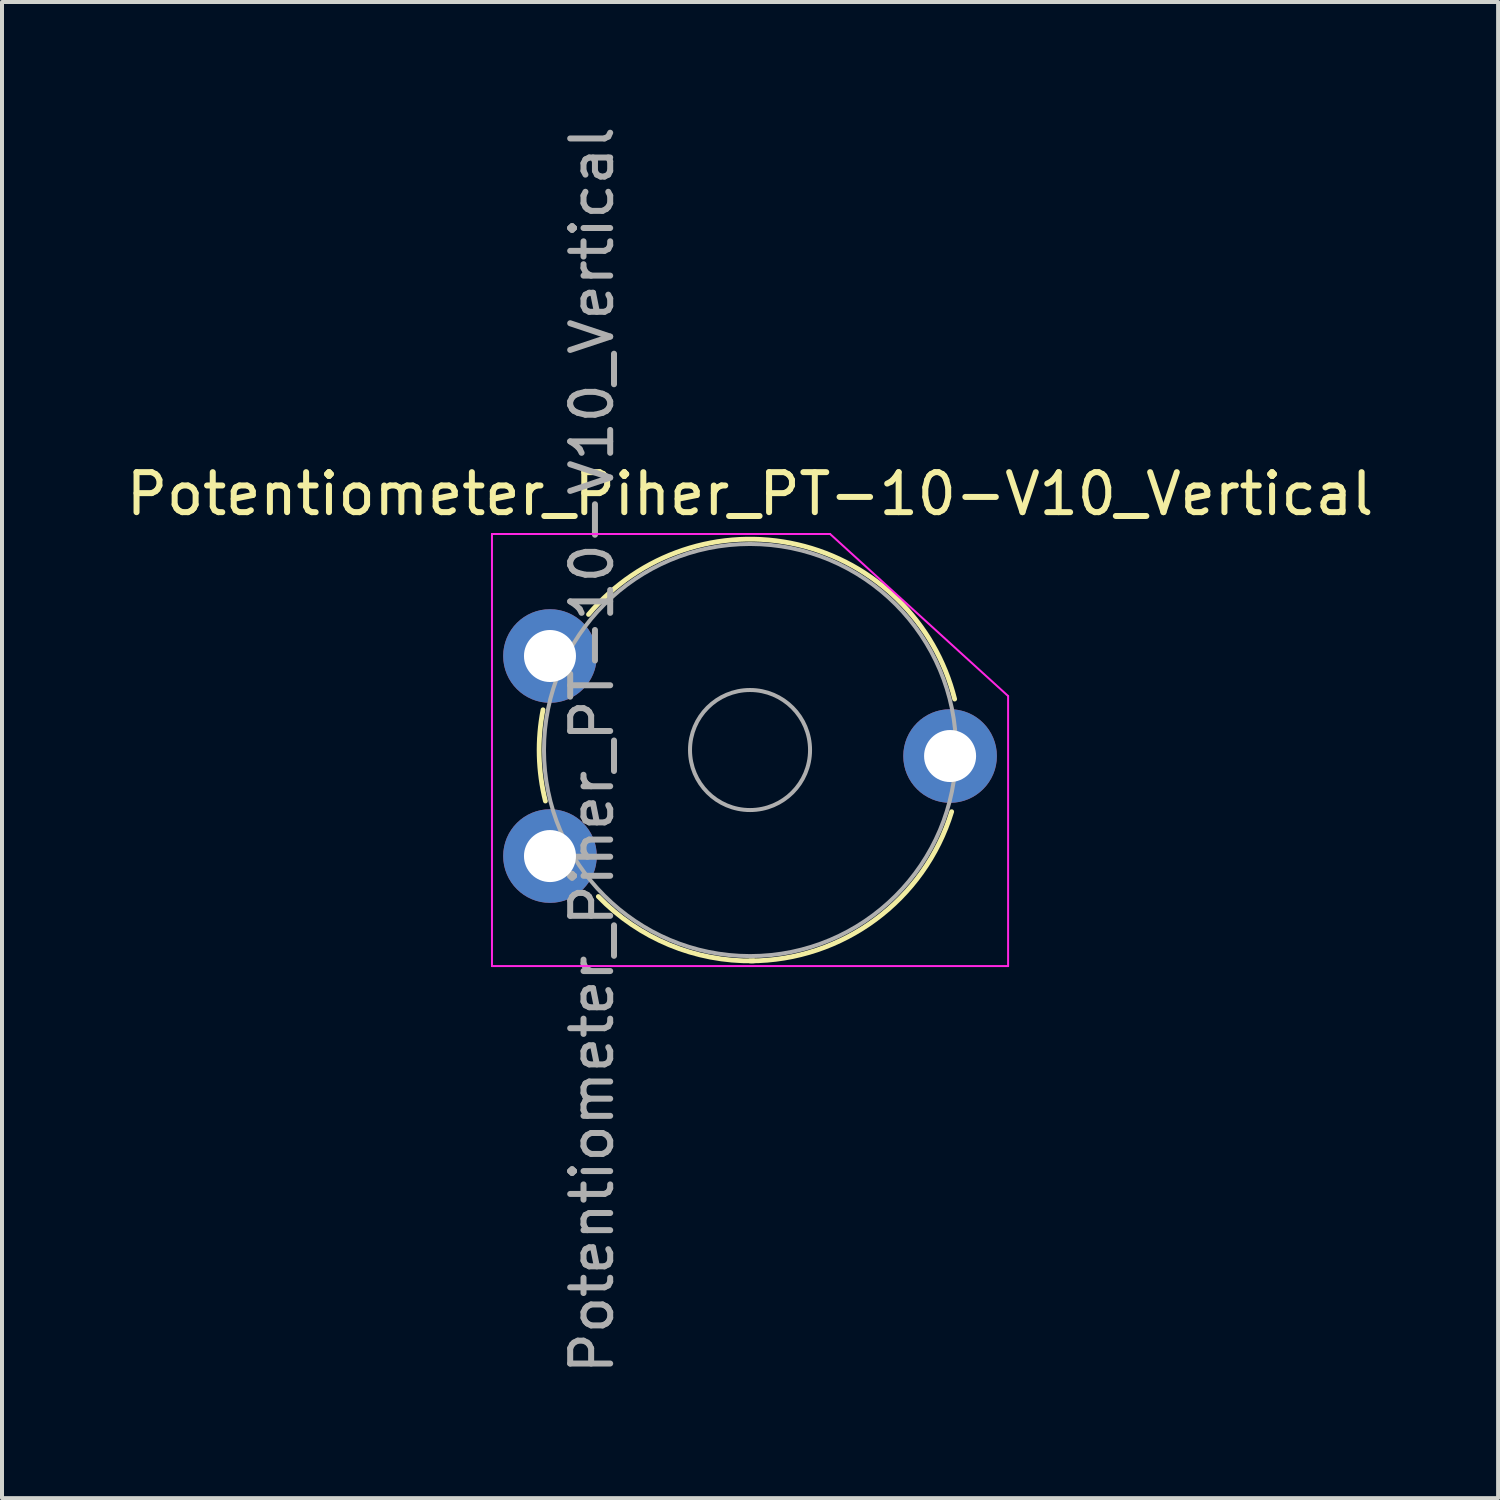
<source format=kicad_pcb>
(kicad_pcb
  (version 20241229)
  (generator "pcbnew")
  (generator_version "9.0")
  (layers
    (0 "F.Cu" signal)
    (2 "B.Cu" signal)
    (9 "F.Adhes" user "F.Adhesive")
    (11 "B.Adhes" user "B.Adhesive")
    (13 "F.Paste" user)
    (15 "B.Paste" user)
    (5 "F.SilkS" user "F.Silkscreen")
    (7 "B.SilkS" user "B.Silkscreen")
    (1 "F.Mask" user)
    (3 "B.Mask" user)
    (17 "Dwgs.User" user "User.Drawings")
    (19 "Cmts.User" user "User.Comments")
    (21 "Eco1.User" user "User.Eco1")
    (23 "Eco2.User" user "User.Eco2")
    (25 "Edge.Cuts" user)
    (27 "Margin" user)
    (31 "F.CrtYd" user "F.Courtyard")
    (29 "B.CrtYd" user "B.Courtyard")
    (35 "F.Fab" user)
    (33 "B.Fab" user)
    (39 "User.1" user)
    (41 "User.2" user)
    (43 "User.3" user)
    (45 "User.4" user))
  (footprint "Potentiometer_Piher_PT-10-V10_Vertical"
    (layer "F.Cu")
    (at 10.696 18.346)
    (property "Reference" "Potentiometer_Piher_PT-10-V10_Vertical" (at 5 -9.05 180) (layer "F.SilkS") (effects (font (size 1 1) (thickness 0.15))))
    (attr through_hole)
    (fp_arc (start -0.11439 -1.375119) (mid -0.269093 -2.512295) (end -0.174 -3.656) (stroke (width 0.12) (type solid)) (layer "F.SilkS"))
    (fp_arc (start 0.963379 -6.038474) (mid 6.186565 -7.784991) (end 10.114 -3.924) (stroke (width 0.12) (type solid)) (layer "F.SilkS"))
    (fp_arc (start 5.09203 2.619358) (mid 2.983245 2.219015) (end 1.209 1.011) (stroke (width 0.12) (type solid)) (layer "F.SilkS"))
    (fp_arc (start 10.039726 -1.109201) (mid 8.134716 1.586326) (end 5 2.62) (stroke (width 0.12) (type solid)) (layer "F.SilkS"))
    (fp_line (start -1.45 -8.05) (end -1.45 2.75) (stroke (width 0.05) (type solid)) (layer "F.CrtYd"))
    (fp_line (start -1.45 2.75) (end 11.45 2.75) (stroke (width 0.05) (type solid)) (layer "F.CrtYd"))
    (fp_line (start 7 -8.05) (end -1.45 -8.05) (stroke (width 0.05) (type solid)) (layer "F.CrtYd"))
    (fp_line (start 11.45 -4) (end 7 -8.05) (stroke (width 0.05) (type solid)) (layer "F.CrtYd"))
    (fp_line (start 11.45 2.75) (end 11.45 -4) (stroke (width 0.05) (type solid)) (layer "F.CrtYd"))
    (fp_circle (center 5 -2.65) (end 6.5 -2.65) (stroke (width 0.1) (type solid)) (fill no) (layer "F.Fab"))
    (fp_circle (center 5 -2.65) (end 10.15 -2.65) (stroke (width 0.1) (type solid)) (fill no) (layer "F.Fab"))
    (fp_text user "${REFERENCE}" (at 1.05 -2.65 270) (layer "F.Fab") (effects (font (size 1 1) (thickness 0.15))))
    (pad "1" thru_hole circle (at 0 0) (size 2.34 2.34) (drill 1.3) (layers "*.Cu" "*.Mask"))
    (pad "2" thru_hole circle (at 10 -2.5) (size 2.34 2.34) (drill 1.3) (layers "*.Cu" "*.Mask"))
    (pad "3" thru_hole circle (at 0 -5) (size 2.34 2.34) (drill 1.3) (layers "*.Cu" "*.Mask")))
  (gr_rect
    (start -3 -3)
    (end 34.393 34.393)
    (stroke (width 0.1) (type default))
    (fill no)
    (layer "Edge.Cuts")))
</source>
